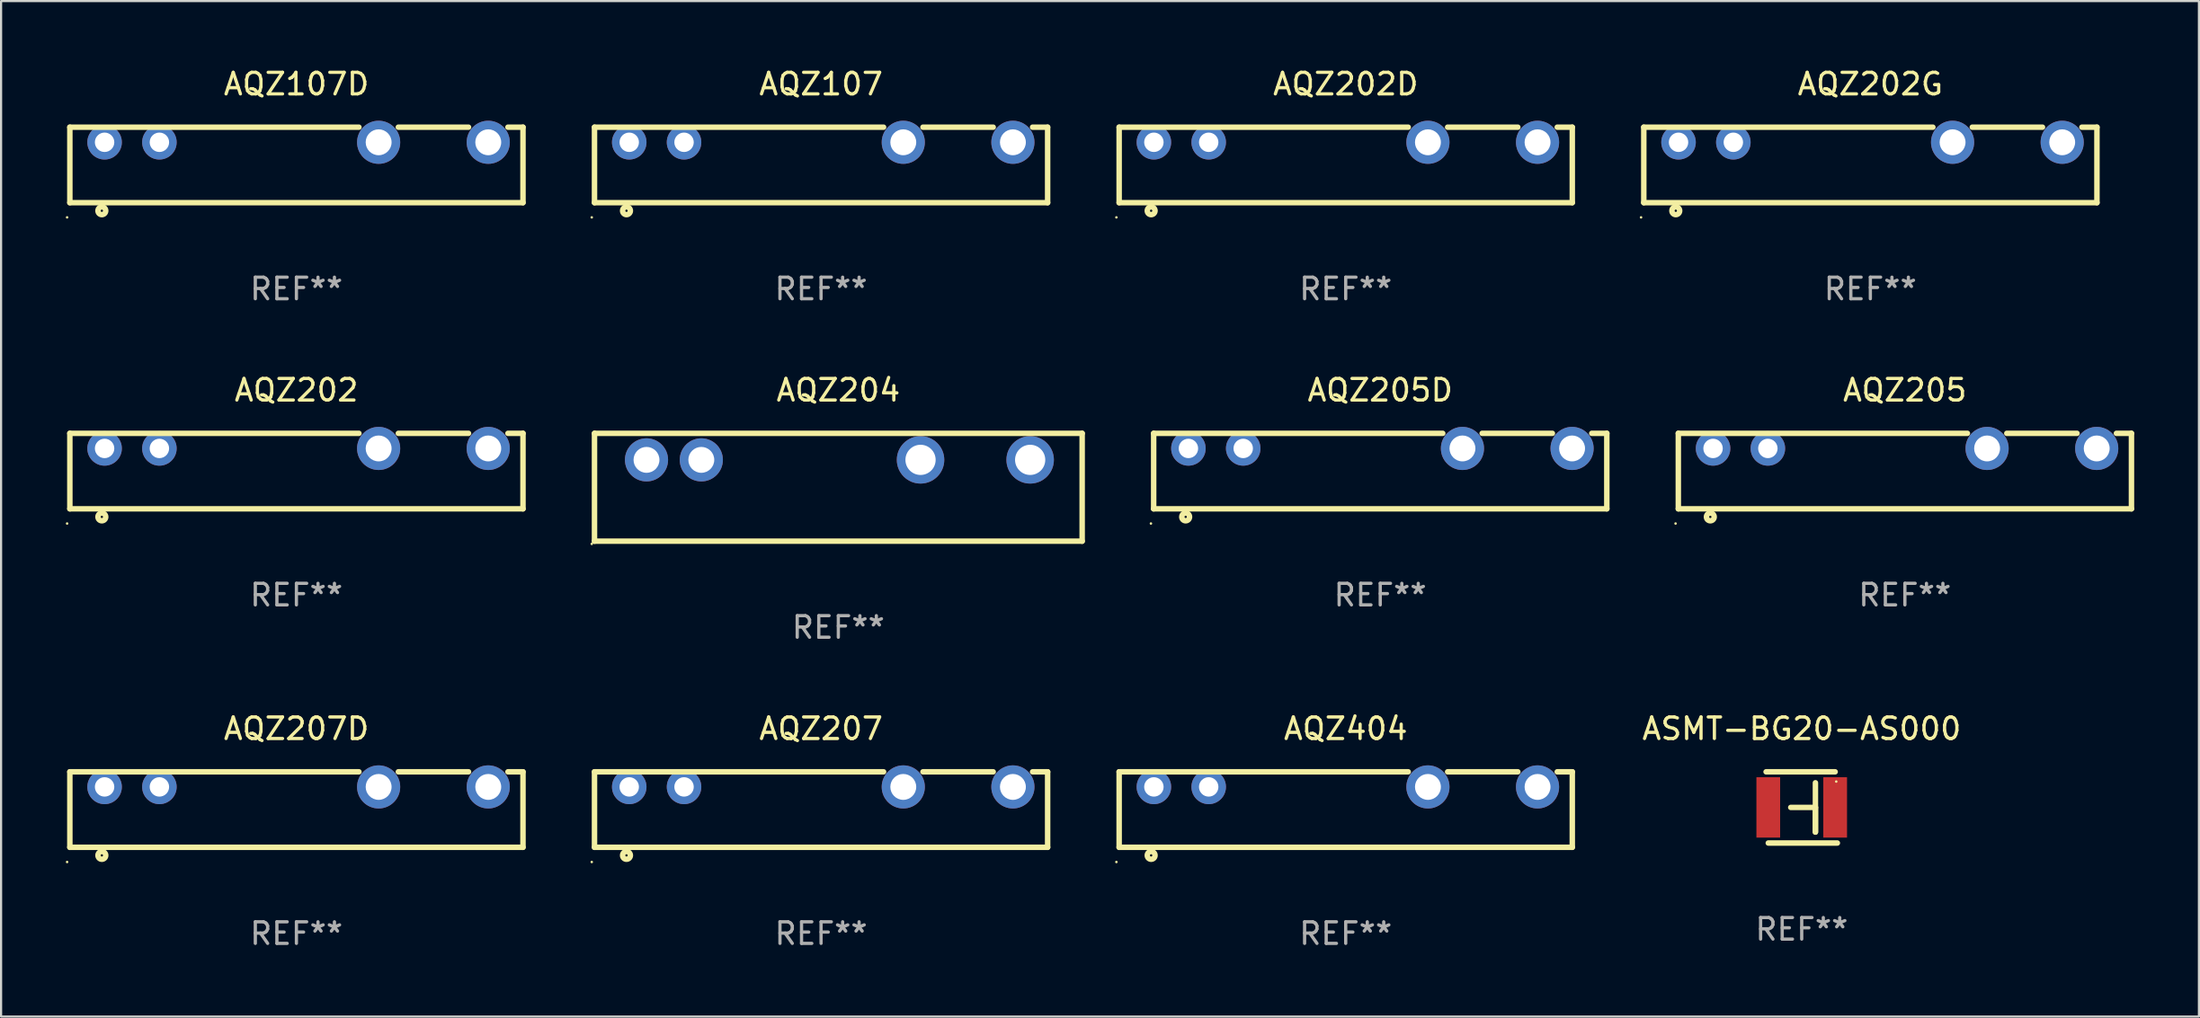
<source format=kicad_pcb>
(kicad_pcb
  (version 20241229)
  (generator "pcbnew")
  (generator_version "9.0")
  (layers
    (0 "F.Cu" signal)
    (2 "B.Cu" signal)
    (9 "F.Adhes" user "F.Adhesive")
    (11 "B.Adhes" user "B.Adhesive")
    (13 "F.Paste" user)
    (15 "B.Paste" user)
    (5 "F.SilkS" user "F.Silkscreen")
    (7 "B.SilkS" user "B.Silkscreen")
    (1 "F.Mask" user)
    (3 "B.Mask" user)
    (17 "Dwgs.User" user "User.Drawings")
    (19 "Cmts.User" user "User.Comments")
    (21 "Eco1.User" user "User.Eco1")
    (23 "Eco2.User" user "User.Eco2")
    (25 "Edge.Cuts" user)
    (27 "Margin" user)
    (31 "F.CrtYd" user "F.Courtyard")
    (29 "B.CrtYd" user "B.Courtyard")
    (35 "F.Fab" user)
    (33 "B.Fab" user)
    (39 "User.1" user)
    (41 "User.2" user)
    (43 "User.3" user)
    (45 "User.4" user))
  (footprint "AQZ107"
    (layer "F.Cu")
    (at 35.001 4.598)
    (property "Reference" "AQZ107" (at 0 -3.75 0) (layer "F.SilkS") (effects (font (size 1 1) (thickness 0.15))))
    (attr through_hole)
    (fp_line (start -10.5 -1.75) (end -10.5 1.75) (stroke (width 0.254) (type solid)) (layer "F.SilkS"))
    (fp_line (start -10.5 -1.75) (end 2.897 -1.75) (stroke (width 0.254) (type solid)) (layer "F.SilkS"))
    (fp_line (start -10.5 1.75) (end 10.5 1.75) (stroke (width 0.254) (type solid)) (layer "F.SilkS"))
    (fp_line (start 4.723 -1.75) (end 7.977 -1.75) (stroke (width 0.254) (type solid)) (layer "F.SilkS"))
    (fp_line (start 9.803 -1.75) (end 10.5 -1.75) (stroke (width 0.254) (type solid)) (layer "F.SilkS"))
    (fp_line (start 10.5 -1.75) (end 10.5 1.75) (stroke (width 0.254) (type solid)) (layer "F.SilkS"))
    (fp_circle (center -10.627 2.432) (end -10.597 2.432) (stroke (width 0.06) (type solid)) (fill no) (layer "F.SilkS"))
    (fp_circle (center -9.017 2.125) (end -8.837 2.125) (stroke (width 0.254) (type solid)) (fill no) (layer "F.SilkS"))
    (fp_text user "REF**" (at 0 5.75 0) (layer "F.Fab") (effects (font (size 1 1) (thickness 0.15))))
    (pad "1" thru_hole circle (at -8.89 -1.05) (size 1.6 1.6) (drill 0.9) (layers "*.Cu" "*.Mask"))
    (pad "2" thru_hole circle (at -6.35 -1.05) (size 1.6 1.6) (drill 0.9) (layers "*.Cu" "*.Mask"))
    (pad "3" thru_hole circle (at 3.81 -1.05) (size 2 2) (drill 1.2) (layers "*.Cu" "*.Mask"))
    (pad "4" thru_hole circle (at 8.89 -1.05) (size 2 2) (drill 1.2) (layers "*.Cu" "*.Mask")))
  (footprint "AQZ205D"
    (layer "F.Cu")
    (at 60.915 18.795)
    (property "Reference" "AQZ205D" (at 0 -3.75 0) (layer "F.SilkS") (effects (font (size 1 1) (thickness 0.15))))
    (attr through_hole)
    (fp_line (start -10.5 -1.75) (end -10.5 1.75) (stroke (width 0.254) (type solid)) (layer "F.SilkS"))
    (fp_line (start -10.5 -1.75) (end 2.897 -1.75) (stroke (width 0.254) (type solid)) (layer "F.SilkS"))
    (fp_line (start -10.5 1.75) (end 10.5 1.75) (stroke (width 0.254) (type solid)) (layer "F.SilkS"))
    (fp_line (start 4.723 -1.75) (end 7.977 -1.75) (stroke (width 0.254) (type solid)) (layer "F.SilkS"))
    (fp_line (start 9.803 -1.75) (end 10.5 -1.75) (stroke (width 0.254) (type solid)) (layer "F.SilkS"))
    (fp_line (start 10.5 -1.75) (end 10.5 1.75) (stroke (width 0.254) (type solid)) (layer "F.SilkS"))
    (fp_circle (center -10.627 2.432) (end -10.597 2.432) (stroke (width 0.06) (type solid)) (fill no) (layer "F.SilkS"))
    (fp_circle (center -9.017 2.125) (end -8.837 2.125) (stroke (width 0.254) (type solid)) (fill no) (layer "F.SilkS"))
    (fp_text user "REF**" (at 0 5.75 0) (layer "F.Fab") (effects (font (size 1 1) (thickness 0.15))))
    (pad "1" thru_hole circle (at -8.89 -1.05) (size 1.6 1.6) (drill 0.9) (layers "*.Cu" "*.Mask"))
    (pad "2" thru_hole circle (at -6.35 -1.05) (size 1.6 1.6) (drill 0.9) (layers "*.Cu" "*.Mask"))
    (pad "3" thru_hole circle (at 3.81 -1.05) (size 2 2) (drill 1.2) (layers "*.Cu" "*.Mask"))
    (pad "4" thru_hole circle (at 8.89 -1.05) (size 2 2) (drill 1.2) (layers "*.Cu" "*.Mask")))
  (footprint "ASMT-BG20-AS000"
    (layer "F.Cu")
    (at 80.448 34.392)
    (property "Reference" "ASMT-BG20-AS000" (at 0 -3.651 0) (layer "F.SilkS") (effects (font (size 1 1) (thickness 0.15))))
    (attr through_hole)
    (fp_line (start -1.651 -1.651) (end 1.549 -1.651) (stroke (width 0.254) (type solid)) (layer "F.SilkS"))
    (fp_line (start 0.635 -1.143) (end 0.635 1.143) (stroke (width 0.254) (type solid)) (layer "F.SilkS"))
    (fp_line (start 0.635 0) (end -0.508 0) (stroke (width 0.254) (type solid)) (layer "F.SilkS"))
    (fp_line (start 0.635 1.143) (end 0.635 0) (stroke (width 0.254) (type solid)) (layer "F.SilkS"))
    (fp_line (start 1.651 1.651) (end -1.549 1.651) (stroke (width 0.254) (type solid)) (layer "F.SilkS"))
    (fp_circle (center 1.6 -1.2) (end 1.63 -1.2) (stroke (width 0.06) (type solid)) (fill no) (layer "F.SilkS"))
    (fp_text user "REF**" (at 0 5.651 0) (layer "F.Fab") (effects (font (size 1 1) (thickness 0.15))))
    (pad "1" smd rect (at 1.55 0 270) (size 2.8 1.1) (layers "F.Cu" "F.Mask" "F.Paste"))
    (pad "2" smd rect (at -1.55 0 270) (size 2.8 1.1) (layers "F.Cu" "F.Mask" "F.Paste")))
  (footprint "AQZ207D"
    (layer "F.Cu")
    (at 10.687 34.491)
    (property "Reference" "AQZ207D" (at 0 -3.75 0) (layer "F.SilkS") (effects (font (size 1 1) (thickness 0.15))))
    (attr through_hole)
    (fp_line (start -10.5 -1.75) (end -10.5 1.75) (stroke (width 0.254) (type solid)) (layer "F.SilkS"))
    (fp_line (start -10.5 -1.75) (end 2.897 -1.75) (stroke (width 0.254) (type solid)) (layer "F.SilkS"))
    (fp_line (start -10.5 1.75) (end 10.5 1.75) (stroke (width 0.254) (type solid)) (layer "F.SilkS"))
    (fp_line (start 4.723 -1.75) (end 7.977 -1.75) (stroke (width 0.254) (type solid)) (layer "F.SilkS"))
    (fp_line (start 9.803 -1.75) (end 10.5 -1.75) (stroke (width 0.254) (type solid)) (layer "F.SilkS"))
    (fp_line (start 10.5 -1.75) (end 10.5 1.75) (stroke (width 0.254) (type solid)) (layer "F.SilkS"))
    (fp_circle (center -10.627 2.432) (end -10.597 2.432) (stroke (width 0.06) (type solid)) (fill no) (layer "F.SilkS"))
    (fp_circle (center -9.017 2.125) (end -8.837 2.125) (stroke (width 0.254) (type solid)) (fill no) (layer "F.SilkS"))
    (fp_text user "REF**" (at 0 5.75 0) (layer "F.Fab") (effects (font (size 1 1) (thickness 0.15))))
    (pad "1" thru_hole circle (at -8.89 -1.05) (size 1.6 1.6) (drill 0.9) (layers "*.Cu" "*.Mask"))
    (pad "2" thru_hole circle (at -6.35 -1.05) (size 1.6 1.6) (drill 0.9) (layers "*.Cu" "*.Mask"))
    (pad "3" thru_hole circle (at 3.81 -1.05) (size 2 2) (drill 1.2) (layers "*.Cu" "*.Mask"))
    (pad "4" thru_hole circle (at 8.89 -1.05) (size 2 2) (drill 1.2) (layers "*.Cu" "*.Mask")))
  (footprint "AQZ202"
    (layer "F.Cu")
    (at 10.687 18.795)
    (property "Reference" "AQZ202" (at 0 -3.75 0) (layer "F.SilkS") (effects (font (size 1 1) (thickness 0.15))))
    (attr through_hole)
    (fp_line (start -10.5 -1.75) (end -10.5 1.75) (stroke (width 0.254) (type solid)) (layer "F.SilkS"))
    (fp_line (start -10.5 -1.75) (end 2.897 -1.75) (stroke (width 0.254) (type solid)) (layer "F.SilkS"))
    (fp_line (start -10.5 1.75) (end 10.5 1.75) (stroke (width 0.254) (type solid)) (layer "F.SilkS"))
    (fp_line (start 4.723 -1.75) (end 7.977 -1.75) (stroke (width 0.254) (type solid)) (layer "F.SilkS"))
    (fp_line (start 9.803 -1.75) (end 10.5 -1.75) (stroke (width 0.254) (type solid)) (layer "F.SilkS"))
    (fp_line (start 10.5 -1.75) (end 10.5 1.75) (stroke (width 0.254) (type solid)) (layer "F.SilkS"))
    (fp_circle (center -10.627 2.432) (end -10.597 2.432) (stroke (width 0.06) (type solid)) (fill no) (layer "F.SilkS"))
    (fp_circle (center -9.017 2.125) (end -8.837 2.125) (stroke (width 0.254) (type solid)) (fill no) (layer "F.SilkS"))
    (fp_text user "REF**" (at 0 5.75 0) (layer "F.Fab") (effects (font (size 1 1) (thickness 0.15))))
    (pad "1" thru_hole circle (at -8.89 -1.05) (size 1.6 1.6) (drill 0.9) (layers "*.Cu" "*.Mask"))
    (pad "2" thru_hole circle (at -6.35 -1.05) (size 1.6 1.6) (drill 0.9) (layers "*.Cu" "*.Mask"))
    (pad "3" thru_hole circle (at 3.81 -1.05) (size 2 2) (drill 1.2) (layers "*.Cu" "*.Mask"))
    (pad "4" thru_hole circle (at 8.89 -1.05) (size 2 2) (drill 1.2) (layers "*.Cu" "*.Mask")))
  (footprint "AQZ404"
    (layer "F.Cu")
    (at 59.315 34.491)
    (property "Reference" "AQZ404" (at 0 -3.75 0) (layer "F.SilkS") (effects (font (size 1 1) (thickness 0.15))))
    (attr through_hole)
    (fp_line (start -10.5 -1.75) (end -10.5 1.75) (stroke (width 0.254) (type solid)) (layer "F.SilkS"))
    (fp_line (start -10.5 -1.75) (end 2.897 -1.75) (stroke (width 0.254) (type solid)) (layer "F.SilkS"))
    (fp_line (start -10.5 1.75) (end 10.5 1.75) (stroke (width 0.254) (type solid)) (layer "F.SilkS"))
    (fp_line (start 4.723 -1.75) (end 7.977 -1.75) (stroke (width 0.254) (type solid)) (layer "F.SilkS"))
    (fp_line (start 9.803 -1.75) (end 10.5 -1.75) (stroke (width 0.254) (type solid)) (layer "F.SilkS"))
    (fp_line (start 10.5 -1.75) (end 10.5 1.75) (stroke (width 0.254) (type solid)) (layer "F.SilkS"))
    (fp_circle (center -10.627 2.432) (end -10.597 2.432) (stroke (width 0.06) (type solid)) (fill no) (layer "F.SilkS"))
    (fp_circle (center -9.017 2.125) (end -8.837 2.125) (stroke (width 0.254) (type solid)) (fill no) (layer "F.SilkS"))
    (fp_text user "REF**" (at 0 5.75 0) (layer "F.Fab") (effects (font (size 1 1) (thickness 0.15))))
    (pad "1" thru_hole circle (at -8.89 -1.05) (size 1.6 1.6) (drill 0.9) (layers "*.Cu" "*.Mask"))
    (pad "2" thru_hole circle (at -6.35 -1.05) (size 1.6 1.6) (drill 0.9) (layers "*.Cu" "*.Mask"))
    (pad "3" thru_hole circle (at 3.81 -1.05) (size 2 2) (drill 1.2) (layers "*.Cu" "*.Mask"))
    (pad "4" thru_hole circle (at 8.89 -1.05) (size 2 2) (drill 1.2) (layers "*.Cu" "*.Mask")))
  (footprint "AQZ207"
    (layer "F.Cu")
    (at 35.001 34.491)
    (property "Reference" "AQZ207" (at 0 -3.75 0) (layer "F.SilkS") (effects (font (size 1 1) (thickness 0.15))))
    (attr through_hole)
    (fp_line (start -10.5 -1.75) (end -10.5 1.75) (stroke (width 0.254) (type solid)) (layer "F.SilkS"))
    (fp_line (start -10.5 -1.75) (end 2.897 -1.75) (stroke (width 0.254) (type solid)) (layer "F.SilkS"))
    (fp_line (start -10.5 1.75) (end 10.5 1.75) (stroke (width 0.254) (type solid)) (layer "F.SilkS"))
    (fp_line (start 4.723 -1.75) (end 7.977 -1.75) (stroke (width 0.254) (type solid)) (layer "F.SilkS"))
    (fp_line (start 9.803 -1.75) (end 10.5 -1.75) (stroke (width 0.254) (type solid)) (layer "F.SilkS"))
    (fp_line (start 10.5 -1.75) (end 10.5 1.75) (stroke (width 0.254) (type solid)) (layer "F.SilkS"))
    (fp_circle (center -10.627 2.432) (end -10.597 2.432) (stroke (width 0.06) (type solid)) (fill no) (layer "F.SilkS"))
    (fp_circle (center -9.017 2.125) (end -8.837 2.125) (stroke (width 0.254) (type solid)) (fill no) (layer "F.SilkS"))
    (fp_text user "REF**" (at 0 5.75 0) (layer "F.Fab") (effects (font (size 1 1) (thickness 0.15))))
    (pad "1" thru_hole circle (at -8.89 -1.05) (size 1.6 1.6) (drill 0.9) (layers "*.Cu" "*.Mask"))
    (pad "2" thru_hole circle (at -6.35 -1.05) (size 1.6 1.6) (drill 0.9) (layers "*.Cu" "*.Mask"))
    (pad "3" thru_hole circle (at 3.81 -1.05) (size 2 2) (drill 1.2) (layers "*.Cu" "*.Mask"))
    (pad "4" thru_hole circle (at 8.89 -1.05) (size 2 2) (drill 1.2) (layers "*.Cu" "*.Mask")))
  (footprint "AQZ205"
    (layer "F.Cu")
    (at 85.229 18.795)
    (property "Reference" "AQZ205" (at 0 -3.75 0) (layer "F.SilkS") (effects (font (size 1 1) (thickness 0.15))))
    (attr through_hole)
    (fp_line (start -10.5 -1.75) (end -10.5 1.75) (stroke (width 0.254) (type solid)) (layer "F.SilkS"))
    (fp_line (start -10.5 -1.75) (end 2.897 -1.75) (stroke (width 0.254) (type solid)) (layer "F.SilkS"))
    (fp_line (start -10.5 1.75) (end 10.5 1.75) (stroke (width 0.254) (type solid)) (layer "F.SilkS"))
    (fp_line (start 4.723 -1.75) (end 7.977 -1.75) (stroke (width 0.254) (type solid)) (layer "F.SilkS"))
    (fp_line (start 9.803 -1.75) (end 10.5 -1.75) (stroke (width 0.254) (type solid)) (layer "F.SilkS"))
    (fp_line (start 10.5 -1.75) (end 10.5 1.75) (stroke (width 0.254) (type solid)) (layer "F.SilkS"))
    (fp_circle (center -10.627 2.432) (end -10.597 2.432) (stroke (width 0.06) (type solid)) (fill no) (layer "F.SilkS"))
    (fp_circle (center -9.017 2.125) (end -8.837 2.125) (stroke (width 0.254) (type solid)) (fill no) (layer "F.SilkS"))
    (fp_text user "REF**" (at 0 5.75 0) (layer "F.Fab") (effects (font (size 1 1) (thickness 0.15))))
    (pad "1" thru_hole circle (at -8.89 -1.05) (size 1.6 1.6) (drill 0.9) (layers "*.Cu" "*.Mask"))
    (pad "2" thru_hole circle (at -6.35 -1.05) (size 1.6 1.6) (drill 0.9) (layers "*.Cu" "*.Mask"))
    (pad "3" thru_hole circle (at 3.81 -1.05) (size 2 2) (drill 1.2) (layers "*.Cu" "*.Mask"))
    (pad "4" thru_hole circle (at 8.89 -1.05) (size 2 2) (drill 1.2) (layers "*.Cu" "*.Mask")))
  (footprint "AQZ107D"
    (layer "F.Cu")
    (at 10.687 4.598)
    (property "Reference" "AQZ107D" (at 0 -3.75 0) (layer "F.SilkS") (effects (font (size 1 1) (thickness 0.15))))
    (attr through_hole)
    (fp_line (start -10.5 -1.75) (end -10.5 1.75) (stroke (width 0.254) (type solid)) (layer "F.SilkS"))
    (fp_line (start -10.5 -1.75) (end 2.897 -1.75) (stroke (width 0.254) (type solid)) (layer "F.SilkS"))
    (fp_line (start -10.5 1.75) (end 10.5 1.75) (stroke (width 0.254) (type solid)) (layer "F.SilkS"))
    (fp_line (start 4.723 -1.75) (end 7.977 -1.75) (stroke (width 0.254) (type solid)) (layer "F.SilkS"))
    (fp_line (start 9.803 -1.75) (end 10.5 -1.75) (stroke (width 0.254) (type solid)) (layer "F.SilkS"))
    (fp_line (start 10.5 -1.75) (end 10.5 1.75) (stroke (width 0.254) (type solid)) (layer "F.SilkS"))
    (fp_circle (center -10.627 2.432) (end -10.597 2.432) (stroke (width 0.06) (type solid)) (fill no) (layer "F.SilkS"))
    (fp_circle (center -9.017 2.125) (end -8.837 2.125) (stroke (width 0.254) (type solid)) (fill no) (layer "F.SilkS"))
    (fp_text user "REF**" (at 0 5.75 0) (layer "F.Fab") (effects (font (size 1 1) (thickness 0.15))))
    (pad "1" thru_hole circle (at -8.89 -1.05) (size 1.6 1.6) (drill 0.9) (layers "*.Cu" "*.Mask"))
    (pad "2" thru_hole circle (at -6.35 -1.05) (size 1.6 1.6) (drill 0.9) (layers "*.Cu" "*.Mask"))
    (pad "3" thru_hole circle (at 3.81 -1.05) (size 2 2) (drill 1.2) (layers "*.Cu" "*.Mask"))
    (pad "4" thru_hole circle (at 8.89 -1.05) (size 2 2) (drill 1.2) (layers "*.Cu" "*.Mask")))
  (footprint "AQZ202G"
    (layer "F.Cu")
    (at 83.629 4.598)
    (property "Reference" "AQZ202G" (at 0 -3.75 0) (layer "F.SilkS") (effects (font (size 1 1) (thickness 0.15))))
    (attr through_hole)
    (fp_line (start -10.5 -1.75) (end -10.5 1.75) (stroke (width 0.254) (type solid)) (layer "F.SilkS"))
    (fp_line (start -10.5 -1.75) (end 2.897 -1.75) (stroke (width 0.254) (type solid)) (layer "F.SilkS"))
    (fp_line (start -10.5 1.75) (end 10.5 1.75) (stroke (width 0.254) (type solid)) (layer "F.SilkS"))
    (fp_line (start 4.723 -1.75) (end 7.977 -1.75) (stroke (width 0.254) (type solid)) (layer "F.SilkS"))
    (fp_line (start 9.803 -1.75) (end 10.5 -1.75) (stroke (width 0.254) (type solid)) (layer "F.SilkS"))
    (fp_line (start 10.5 -1.75) (end 10.5 1.75) (stroke (width 0.254) (type solid)) (layer "F.SilkS"))
    (fp_circle (center -10.627 2.432) (end -10.597 2.432) (stroke (width 0.06) (type solid)) (fill no) (layer "F.SilkS"))
    (fp_circle (center -9.017 2.125) (end -8.837 2.125) (stroke (width 0.254) (type solid)) (fill no) (layer "F.SilkS"))
    (fp_text user "REF**" (at 0 5.75 0) (layer "F.Fab") (effects (font (size 1 1) (thickness 0.15))))
    (pad "1" thru_hole circle (at -8.89 -1.05) (size 1.6 1.6) (drill 0.9) (layers "*.Cu" "*.Mask"))
    (pad "2" thru_hole circle (at -6.35 -1.05) (size 1.6 1.6) (drill 0.9) (layers "*.Cu" "*.Mask"))
    (pad "3" thru_hole circle (at 3.81 -1.05) (size 2 2) (drill 1.2) (layers "*.Cu" "*.Mask"))
    (pad "4" thru_hole circle (at 8.89 -1.05) (size 2 2) (drill 1.2) (layers "*.Cu" "*.Mask")))
  (footprint "AQZ202D"
    (layer "F.Cu")
    (at 59.315 4.598)
    (property "Reference" "AQZ202D" (at 0 -3.75 0) (layer "F.SilkS") (effects (font (size 1 1) (thickness 0.15))))
    (attr through_hole)
    (fp_line (start -10.5 -1.75) (end -10.5 1.75) (stroke (width 0.254) (type solid)) (layer "F.SilkS"))
    (fp_line (start -10.5 -1.75) (end 2.897 -1.75) (stroke (width 0.254) (type solid)) (layer "F.SilkS"))
    (fp_line (start -10.5 1.75) (end 10.5 1.75) (stroke (width 0.254) (type solid)) (layer "F.SilkS"))
    (fp_line (start 4.723 -1.75) (end 7.977 -1.75) (stroke (width 0.254) (type solid)) (layer "F.SilkS"))
    (fp_line (start 9.803 -1.75) (end 10.5 -1.75) (stroke (width 0.254) (type solid)) (layer "F.SilkS"))
    (fp_line (start 10.5 -1.75) (end 10.5 1.75) (stroke (width 0.254) (type solid)) (layer "F.SilkS"))
    (fp_circle (center -10.627 2.432) (end -10.597 2.432) (stroke (width 0.06) (type solid)) (fill no) (layer "F.SilkS"))
    (fp_circle (center -9.017 2.125) (end -8.837 2.125) (stroke (width 0.254) (type solid)) (fill no) (layer "F.SilkS"))
    (fp_text user "REF**" (at 0 5.75 0) (layer "F.Fab") (effects (font (size 1 1) (thickness 0.15))))
    (pad "1" thru_hole circle (at -8.89 -1.05) (size 1.6 1.6) (drill 0.9) (layers "*.Cu" "*.Mask"))
    (pad "2" thru_hole circle (at -6.35 -1.05) (size 1.6 1.6) (drill 0.9) (layers "*.Cu" "*.Mask"))
    (pad "3" thru_hole circle (at 3.81 -1.05) (size 2 2) (drill 1.2) (layers "*.Cu" "*.Mask"))
    (pad "4" thru_hole circle (at 8.89 -1.05) (size 2 2) (drill 1.2) (layers "*.Cu" "*.Mask")))
  (footprint "AQZ204"
    (layer "F.Cu")
    (at 35.801 19.545)
    (property "Reference" "AQZ204" (at 0 -4.5 0) (layer "F.SilkS") (effects (font (size 1 1) (thickness 0.15))))
    (attr through_hole)
    (fp_line (start -11.3 -2.5) (end -11.3 2.5) (stroke (width 0.254) (type solid)) (layer "F.SilkS"))
    (fp_line (start -11.3 -2.5) (end 11.3 -2.5) (stroke (width 0.254) (type solid)) (layer "F.SilkS"))
    (fp_line (start 11.3 -2.5) (end 11.3 2.5) (stroke (width 0.254) (type solid)) (layer "F.SilkS"))
    (fp_line (start 11.3 2.5) (end -11.3 2.5) (stroke (width 0.254) (type solid)) (layer "F.SilkS"))
    (fp_circle (center -11.427 2.627) (end -11.397 2.627) (stroke (width 0.06) (type solid)) (fill no) (layer "F.SilkS"))
    (fp_text user "REF**" (at 0 6.5 0) (layer "F.Fab") (effects (font (size 1 1) (thickness 0.15))))
    (pad "1" thru_hole circle (at -8.89 -1.27) (size 2 2) (drill 1.2) (layers "*.Cu" "*.Mask"))
    (pad "2" thru_hole circle (at -6.35 -1.27) (size 2 2) (drill 1.2) (layers "*.Cu" "*.Mask"))
    (pad "3" thru_hole circle (at 3.81 -1.27) (size 2.2 2.2) (drill 1.4) (layers "*.Cu" "*.Mask"))
    (pad "4" thru_hole circle (at 8.89 -1.27) (size 2.2 2.2) (drill 1.4) (layers "*.Cu" "*.Mask")))
  (gr_rect
    (start -3 -3)
    (end 98.856 44.09)
    (stroke (width 0.1) (type default))
    (fill no)
    (layer "Edge.Cuts")))
</source>
